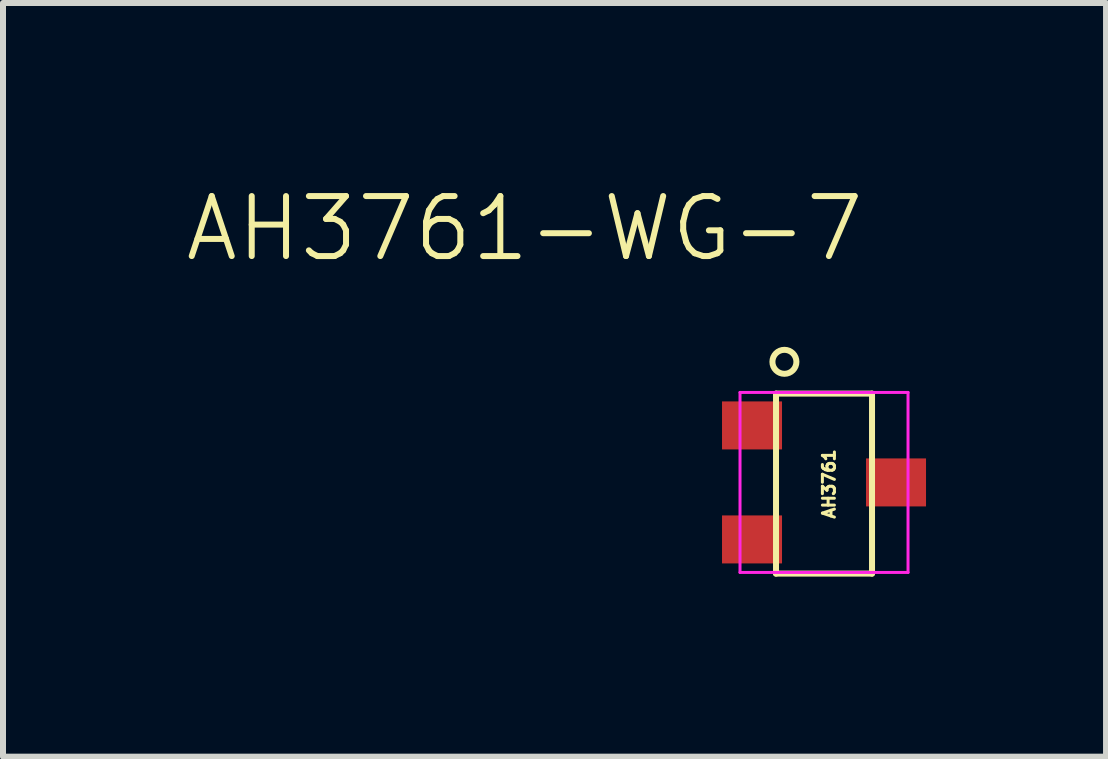
<source format=kicad_pcb>
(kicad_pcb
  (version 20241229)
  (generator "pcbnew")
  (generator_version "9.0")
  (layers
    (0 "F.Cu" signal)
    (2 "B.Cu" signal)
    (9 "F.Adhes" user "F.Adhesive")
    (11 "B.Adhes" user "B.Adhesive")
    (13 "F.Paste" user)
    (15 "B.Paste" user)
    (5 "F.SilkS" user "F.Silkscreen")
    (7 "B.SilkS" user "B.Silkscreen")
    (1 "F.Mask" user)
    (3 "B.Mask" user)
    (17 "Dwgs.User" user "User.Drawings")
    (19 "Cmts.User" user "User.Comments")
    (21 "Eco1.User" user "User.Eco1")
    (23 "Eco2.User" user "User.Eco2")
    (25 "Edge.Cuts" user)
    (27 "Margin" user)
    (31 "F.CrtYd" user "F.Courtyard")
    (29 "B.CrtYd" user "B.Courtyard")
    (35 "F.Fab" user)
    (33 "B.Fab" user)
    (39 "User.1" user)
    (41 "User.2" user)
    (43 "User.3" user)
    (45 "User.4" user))
  (footprint "AH3761-WG-7"
    (layer "F.Cu")
    (at 9.693 2.95)
    (property "Reference" "AH3761-WG-7" (at -4 -2.19 0) (unlocked yes) (layer "F.SilkS") (effects (font (size 1 1) (thickness 0.1))))
    (attr smd)
    (fp_line (start 0.19 0.56) (end 0.19 3.56) (stroke (width 0.1) (type default)) (layer "F.SilkS"))
    (fp_line (start 1.79 0.56) (end 0.19 0.56) (stroke (width 0.1) (type default)) (layer "F.SilkS"))
    (fp_line (start 1.79 0.56) (end 1.79 3.56) (stroke (width 0.1) (type default)) (layer "F.SilkS"))
    (fp_line (start 1.79 3.56) (end 0.19 3.56) (stroke (width 0.1) (type default)) (layer "F.SilkS"))
    (fp_circle (center 0.33 0.03) (end 0.33 0.23) (stroke (width 0.1) (type default)) (fill no) (layer "F.SilkS"))
    (fp_line (start -0.41 3.54) (end -0.41 0.54) (stroke (width 0.05) (type default)) (layer "F.CrtYd"))
    (fp_line (start -0.41 3.54) (end 2.39 3.54) (stroke (width 0.05) (type default)) (layer "F.CrtYd"))
    (fp_line (start 2.39 0.54) (end -0.41 0.54) (stroke (width 0.05) (type default)) (layer "F.CrtYd"))
    (fp_line (start 2.39 3.54) (end 2.39 0.54) (stroke (width 0.05) (type default)) (layer "F.CrtYd"))
    (fp_text user "AH3761" (at 1.19 2.67 90) (unlocked yes) (layer "F.SilkS") (effects (font (size 0.2 0.2) (thickness 0.05)) (justify left bottom)))
    (pad "1" smd rect (at -0.21 1.09 270) (size 0.8 1) (layers "F.Cu" "F.Mask" "F.Paste"))
    (pad "2" smd rect (at 2.19 2.04 270) (size 0.8 1) (layers "F.Cu" "F.Mask" "F.Paste"))
    (pad "3" smd rect (at -0.21 2.99 270) (size 0.8 1) (layers "F.Cu" "F.Mask" "F.Paste")))
  (gr_rect
    (start -3 -3)
    (end 15.383 9.56)
    (stroke (width 0.1) (type default))
    (fill no)
    (layer "Edge.Cuts")))
</source>
